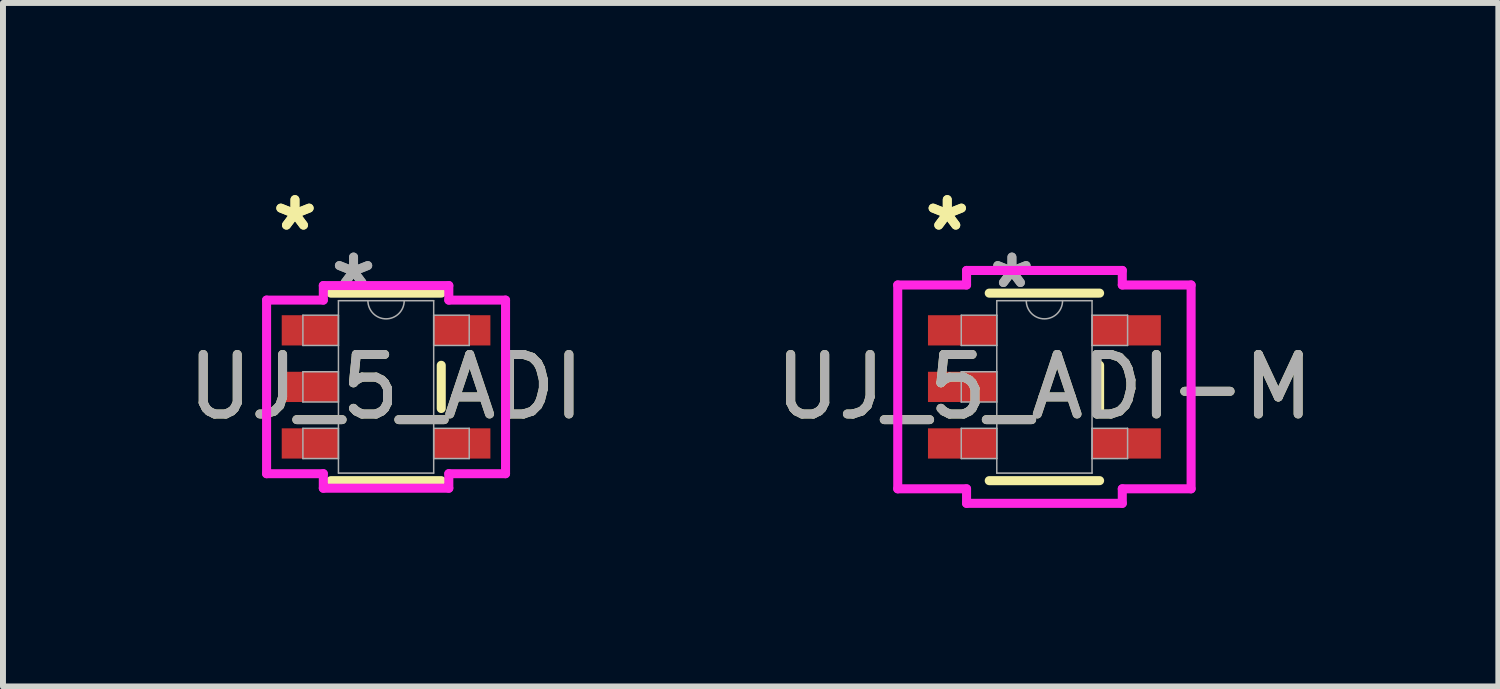
<source format=kicad_pcb>
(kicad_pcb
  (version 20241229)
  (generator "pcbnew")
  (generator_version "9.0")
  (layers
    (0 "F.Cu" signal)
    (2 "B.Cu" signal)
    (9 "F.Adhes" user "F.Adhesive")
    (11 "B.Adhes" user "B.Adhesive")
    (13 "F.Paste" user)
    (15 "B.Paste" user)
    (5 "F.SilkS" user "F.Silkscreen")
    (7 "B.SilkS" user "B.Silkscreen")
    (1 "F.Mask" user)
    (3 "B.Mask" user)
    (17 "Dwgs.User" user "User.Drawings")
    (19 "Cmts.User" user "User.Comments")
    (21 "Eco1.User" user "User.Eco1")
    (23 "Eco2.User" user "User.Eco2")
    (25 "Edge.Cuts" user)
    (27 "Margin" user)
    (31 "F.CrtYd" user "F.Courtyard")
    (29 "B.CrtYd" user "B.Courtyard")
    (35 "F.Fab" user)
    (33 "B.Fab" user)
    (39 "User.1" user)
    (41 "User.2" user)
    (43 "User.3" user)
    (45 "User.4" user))
  (footprint "UJ_5_ADI-M"
    (layer "F.Cu")
    (at 14.494 3.449)
    (property "Reference" "UJ_5_ADI-M" (at 0 0 0) (unlocked yes) (layer "F.SilkS") (effects (font (size 1 1) (thickness 0.15))))
    (attr smd)
    (fp_line (start -0.927 1.575) (end 0.927 1.575) (stroke (width 0.152) (type solid)) (layer "F.SilkS"))
    (fp_line (start 0.927 -1.575) (end -0.927 -1.575) (stroke (width 0.152) (type solid)) (layer "F.SilkS"))
    (fp_line (start 0.927 0.363) (end 0.927 -0.363) (stroke (width 0.152) (type solid)) (layer "F.SilkS"))
    (fp_line (start -2.464 -1.712) (end -1.308 -1.712) (stroke (width 0.152) (type solid)) (layer "F.CrtYd"))
    (fp_line (start -2.464 1.712) (end -2.464 -1.712) (stroke (width 0.152) (type solid)) (layer "F.CrtYd"))
    (fp_line (start -1.308 -1.956) (end 1.308 -1.956) (stroke (width 0.152) (type solid)) (layer "F.CrtYd"))
    (fp_line (start -1.308 -1.712) (end -1.308 -1.956) (stroke (width 0.152) (type solid)) (layer "F.CrtYd"))
    (fp_line (start -1.308 1.712) (end -2.464 1.712) (stroke (width 0.152) (type solid)) (layer "F.CrtYd"))
    (fp_line (start -1.308 1.956) (end -1.308 1.712) (stroke (width 0.152) (type solid)) (layer "F.CrtYd"))
    (fp_line (start 1.308 -1.956) (end 1.308 -1.712) (stroke (width 0.152) (type solid)) (layer "F.CrtYd"))
    (fp_line (start 1.308 -1.712) (end 2.464 -1.712) (stroke (width 0.152) (type solid)) (layer "F.CrtYd"))
    (fp_line (start 1.308 1.712) (end 1.308 1.956) (stroke (width 0.152) (type solid)) (layer "F.CrtYd"))
    (fp_line (start 1.308 1.956) (end -1.308 1.956) (stroke (width 0.152) (type solid)) (layer "F.CrtYd"))
    (fp_line (start 2.464 -1.712) (end 2.464 1.712) (stroke (width 0.152) (type solid)) (layer "F.CrtYd"))
    (fp_line (start 2.464 1.712) (end 1.308 1.712) (stroke (width 0.152) (type solid)) (layer "F.CrtYd"))
    (fp_line (start -1.397 -1.204) (end -1.397 -0.696) (stroke (width 0.025) (type solid)) (layer "F.Fab"))
    (fp_line (start -1.397 -0.696) (end -0.8 -0.696) (stroke (width 0.025) (type solid)) (layer "F.Fab"))
    (fp_line (start -1.397 -0.254) (end -1.397 0.254) (stroke (width 0.025) (type solid)) (layer "F.Fab"))
    (fp_line (start -1.397 0.254) (end -0.8 0.254) (stroke (width 0.025) (type solid)) (layer "F.Fab"))
    (fp_line (start -1.397 0.696) (end -1.397 1.204) (stroke (width 0.025) (type solid)) (layer "F.Fab"))
    (fp_line (start -1.397 1.204) (end -0.8 1.204) (stroke (width 0.025) (type solid)) (layer "F.Fab"))
    (fp_line (start -0.8 -1.448) (end -0.8 1.448) (stroke (width 0.025) (type solid)) (layer "F.Fab"))
    (fp_line (start -0.8 -1.204) (end -1.397 -1.204) (stroke (width 0.025) (type solid)) (layer "F.Fab"))
    (fp_line (start -0.8 -0.696) (end -0.8 -1.204) (stroke (width 0.025) (type solid)) (layer "F.Fab"))
    (fp_line (start -0.8 -0.254) (end -1.397 -0.254) (stroke (width 0.025) (type solid)) (layer "F.Fab"))
    (fp_line (start -0.8 0.254) (end -0.8 -0.254) (stroke (width 0.025) (type solid)) (layer "F.Fab"))
    (fp_line (start -0.8 0.696) (end -1.397 0.696) (stroke (width 0.025) (type solid)) (layer "F.Fab"))
    (fp_line (start -0.8 1.204) (end -0.8 0.696) (stroke (width 0.025) (type solid)) (layer "F.Fab"))
    (fp_line (start -0.8 1.448) (end 0.8 1.448) (stroke (width 0.025) (type solid)) (layer "F.Fab"))
    (fp_line (start 0.8 -1.448) (end -0.8 -1.448) (stroke (width 0.025) (type solid)) (layer "F.Fab"))
    (fp_line (start 0.8 -1.204) (end 0.8 -0.696) (stroke (width 0.025) (type solid)) (layer "F.Fab"))
    (fp_line (start 0.8 -0.696) (end 1.397 -0.696) (stroke (width 0.025) (type solid)) (layer "F.Fab"))
    (fp_line (start 0.8 0.696) (end 0.8 1.204) (stroke (width 0.025) (type solid)) (layer "F.Fab"))
    (fp_line (start 0.8 1.204) (end 1.397 1.204) (stroke (width 0.025) (type solid)) (layer "F.Fab"))
    (fp_line (start 0.8 1.448) (end 0.8 -1.448) (stroke (width 0.025) (type solid)) (layer "F.Fab"))
    (fp_line (start 1.397 -1.204) (end 0.8 -1.204) (stroke (width 0.025) (type solid)) (layer "F.Fab"))
    (fp_line (start 1.397 -0.696) (end 1.397 -1.204) (stroke (width 0.025) (type solid)) (layer "F.Fab"))
    (fp_line (start 1.397 0.696) (end 0.8 0.696) (stroke (width 0.025) (type solid)) (layer "F.Fab"))
    (fp_line (start 1.397 1.204) (end 1.397 0.696) (stroke (width 0.025) (type solid)) (layer "F.Fab"))
    (fp_arc (start 0.3048 -1.4478) (mid 0 -1.143) (end -0.3048 -1.4478) (stroke (width 0.0254) (type solid)) (layer "F.Fab"))
    (fp_text user "*" (at -1.632 -2.601 0) (layer "F.SilkS") (effects (font (size 1 1) (thickness 0.15))))
    (fp_text user "*" (at -1.632 -2.601 0) (unlocked yes) (layer "F.SilkS") (effects (font (size 1 1) (thickness 0.15))))
    (fp_text user "${REFERENCE}" (at 0 0 0) (unlocked yes) (layer "F.Fab") (effects (font (size 1 1) (thickness 0.15))))
    (fp_text user "*" (at -0.546 -1.636 0) (unlocked yes) (layer "F.Fab") (effects (font (size 1 1) (thickness 0.15))))
    (fp_text user "*" (at -0.546 -1.636 0) (layer "F.Fab") (effects (font (size 1 1) (thickness 0.15))))
    (pad "1" smd rect (at -1.378 -0.95) (size 1.156 0.508) (layers "F.Cu" "F.Mask" "F.Paste"))
    (pad "2" smd rect (at -1.378 0) (size 1.156 0.508) (layers "F.Cu" "F.Mask" "F.Paste"))
    (pad "3" smd rect (at -1.378 0.95) (size 1.156 0.508) (layers "F.Cu" "F.Mask" "F.Paste"))
    (pad "4" smd rect (at 1.378 0.95) (size 1.156 0.508) (layers "F.Cu" "F.Mask" "F.Paste"))
    (pad "5" smd rect (at 1.378 -0.95) (size 1.156 0.508) (layers "F.Cu" "F.Mask" "F.Paste")))
  (footprint "UJ_5_ADI"
    (layer "F.Cu")
    (at 3.435 3.449)
    (property "Reference" "UJ_5_ADI" (at 0 0 0) (unlocked yes) (layer "F.SilkS") (effects (font (size 1 1) (thickness 0.15))))
    (attr smd)
    (fp_line (start -0.927 1.575) (end 0.927 1.575) (stroke (width 0.152) (type solid)) (layer "F.SilkS"))
    (fp_line (start 0.927 -1.575) (end -0.927 -1.575) (stroke (width 0.152) (type solid)) (layer "F.SilkS"))
    (fp_line (start 0.927 0.363) (end 0.927 -0.363) (stroke (width 0.152) (type solid)) (layer "F.SilkS"))
    (fp_line (start -2.007 -1.458) (end -1.054 -1.458) (stroke (width 0.152) (type solid)) (layer "F.CrtYd"))
    (fp_line (start -2.007 1.458) (end -2.007 -1.458) (stroke (width 0.152) (type solid)) (layer "F.CrtYd"))
    (fp_line (start -1.054 -1.702) (end 1.054 -1.702) (stroke (width 0.152) (type solid)) (layer "F.CrtYd"))
    (fp_line (start -1.054 -1.458) (end -1.054 -1.702) (stroke (width 0.152) (type solid)) (layer "F.CrtYd"))
    (fp_line (start -1.054 1.458) (end -2.007 1.458) (stroke (width 0.152) (type solid)) (layer "F.CrtYd"))
    (fp_line (start -1.054 1.702) (end -1.054 1.458) (stroke (width 0.152) (type solid)) (layer "F.CrtYd"))
    (fp_line (start 1.054 -1.702) (end 1.054 -1.458) (stroke (width 0.152) (type solid)) (layer "F.CrtYd"))
    (fp_line (start 1.054 -1.458) (end 2.007 -1.458) (stroke (width 0.152) (type solid)) (layer "F.CrtYd"))
    (fp_line (start 1.054 1.458) (end 1.054 1.702) (stroke (width 0.152) (type solid)) (layer "F.CrtYd"))
    (fp_line (start 1.054 1.702) (end -1.054 1.702) (stroke (width 0.152) (type solid)) (layer "F.CrtYd"))
    (fp_line (start 2.007 -1.458) (end 2.007 1.458) (stroke (width 0.152) (type solid)) (layer "F.CrtYd"))
    (fp_line (start 2.007 1.458) (end 1.054 1.458) (stroke (width 0.152) (type solid)) (layer "F.CrtYd"))
    (fp_line (start -1.397 -1.204) (end -1.397 -0.696) (stroke (width 0.025) (type solid)) (layer "F.Fab"))
    (fp_line (start -1.397 -0.696) (end -0.8 -0.696) (stroke (width 0.025) (type solid)) (layer "F.Fab"))
    (fp_line (start -1.397 -0.254) (end -1.397 0.254) (stroke (width 0.025) (type solid)) (layer "F.Fab"))
    (fp_line (start -1.397 0.254) (end -0.8 0.254) (stroke (width 0.025) (type solid)) (layer "F.Fab"))
    (fp_line (start -1.397 0.696) (end -1.397 1.204) (stroke (width 0.025) (type solid)) (layer "F.Fab"))
    (fp_line (start -1.397 1.204) (end -0.8 1.204) (stroke (width 0.025) (type solid)) (layer "F.Fab"))
    (fp_line (start -0.8 -1.448) (end -0.8 1.448) (stroke (width 0.025) (type solid)) (layer "F.Fab"))
    (fp_line (start -0.8 -1.204) (end -1.397 -1.204) (stroke (width 0.025) (type solid)) (layer "F.Fab"))
    (fp_line (start -0.8 -0.696) (end -0.8 -1.204) (stroke (width 0.025) (type solid)) (layer "F.Fab"))
    (fp_line (start -0.8 -0.254) (end -1.397 -0.254) (stroke (width 0.025) (type solid)) (layer "F.Fab"))
    (fp_line (start -0.8 0.254) (end -0.8 -0.254) (stroke (width 0.025) (type solid)) (layer "F.Fab"))
    (fp_line (start -0.8 0.696) (end -1.397 0.696) (stroke (width 0.025) (type solid)) (layer "F.Fab"))
    (fp_line (start -0.8 1.204) (end -0.8 0.696) (stroke (width 0.025) (type solid)) (layer "F.Fab"))
    (fp_line (start -0.8 1.448) (end 0.8 1.448) (stroke (width 0.025) (type solid)) (layer "F.Fab"))
    (fp_line (start 0.8 -1.448) (end -0.8 -1.448) (stroke (width 0.025) (type solid)) (layer "F.Fab"))
    (fp_line (start 0.8 -1.204) (end 0.8 -0.696) (stroke (width 0.025) (type solid)) (layer "F.Fab"))
    (fp_line (start 0.8 -0.696) (end 1.397 -0.696) (stroke (width 0.025) (type solid)) (layer "F.Fab"))
    (fp_line (start 0.8 0.696) (end 0.8 1.204) (stroke (width 0.025) (type solid)) (layer "F.Fab"))
    (fp_line (start 0.8 1.204) (end 1.397 1.204) (stroke (width 0.025) (type solid)) (layer "F.Fab"))
    (fp_line (start 0.8 1.448) (end 0.8 -1.448) (stroke (width 0.025) (type solid)) (layer "F.Fab"))
    (fp_line (start 1.397 -1.204) (end 0.8 -1.204) (stroke (width 0.025) (type solid)) (layer "F.Fab"))
    (fp_line (start 1.397 -0.696) (end 1.397 -1.204) (stroke (width 0.025) (type solid)) (layer "F.Fab"))
    (fp_line (start 1.397 0.696) (end 0.8 0.696) (stroke (width 0.025) (type solid)) (layer "F.Fab"))
    (fp_line (start 1.397 1.204) (end 1.397 0.696) (stroke (width 0.025) (type solid)) (layer "F.Fab"))
    (fp_arc (start 0.3048 -1.4478) (mid 0 -1.143) (end -0.3048 -1.4478) (stroke (width 0.0254) (type solid)) (layer "F.Fab"))
    (fp_text user "*" (at -1.53 -2.601 0) (unlocked yes) (layer "F.SilkS") (effects (font (size 1 1) (thickness 0.15))))
    (fp_text user "*" (at -1.53 -2.601 0) (layer "F.SilkS") (effects (font (size 1 1) (thickness 0.15))))
    (fp_text user "*" (at -0.546 -1.636 0) (layer "F.Fab") (effects (font (size 1 1) (thickness 0.15))))
    (fp_text user "*" (at -0.546 -1.636 0) (unlocked yes) (layer "F.Fab") (effects (font (size 1 1) (thickness 0.15))))
    (fp_text user "${REFERENCE}" (at 0 0 0) (unlocked yes) (layer "F.Fab") (effects (font (size 1 1) (thickness 0.15))))
    (pad "1" smd rect (at -1.276 -0.95) (size 0.953 0.508) (layers "F.Cu" "F.Mask" "F.Paste"))
    (pad "2" smd rect (at -1.276 0) (size 0.953 0.508) (layers "F.Cu" "F.Mask" "F.Paste"))
    (pad "3" smd rect (at -1.276 0.95) (size 0.953 0.508) (layers "F.Cu" "F.Mask" "F.Paste"))
    (pad "4" smd rect (at 1.276 0.95) (size 0.953 0.508) (layers "F.Cu" "F.Mask" "F.Paste"))
    (pad "5" smd rect (at 1.276 -0.95) (size 0.953 0.508) (layers "F.Cu" "F.Mask" "F.Paste")))
  (gr_rect
    (start -3 -3)
    (end 22.119 8.481)
    (stroke (width 0.1) (type default))
    (fill no)
    (layer "Edge.Cuts")))
</source>
